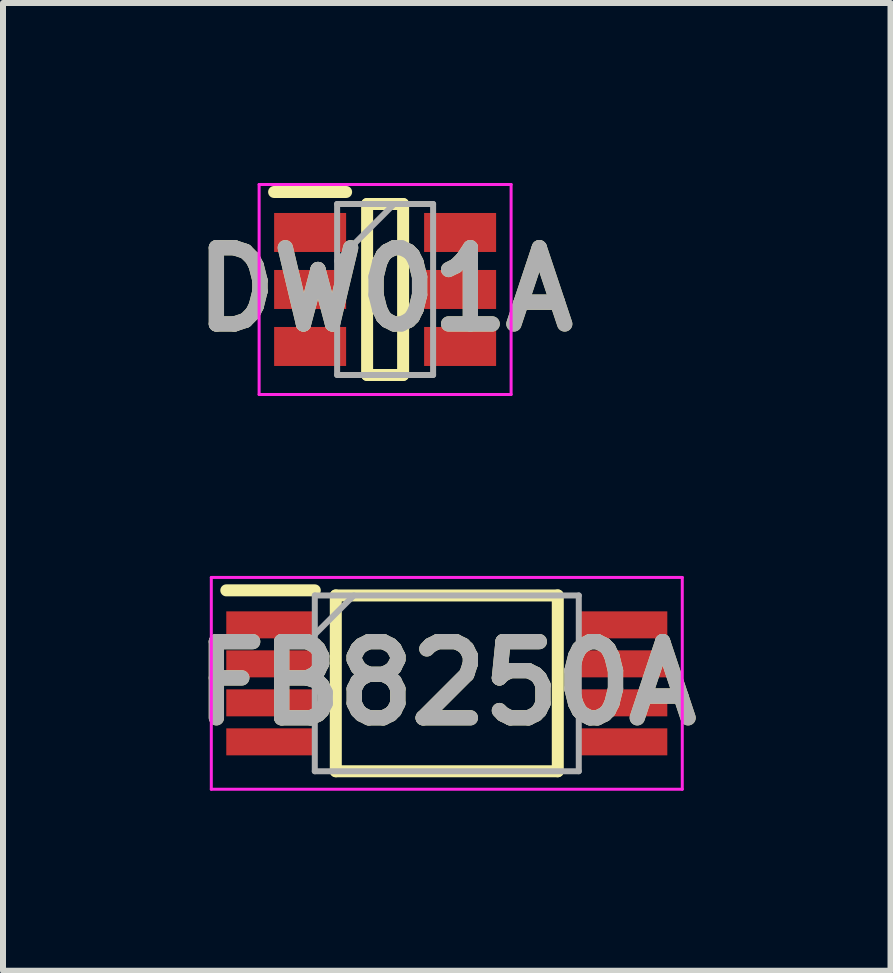
<source format=kicad_pcb>
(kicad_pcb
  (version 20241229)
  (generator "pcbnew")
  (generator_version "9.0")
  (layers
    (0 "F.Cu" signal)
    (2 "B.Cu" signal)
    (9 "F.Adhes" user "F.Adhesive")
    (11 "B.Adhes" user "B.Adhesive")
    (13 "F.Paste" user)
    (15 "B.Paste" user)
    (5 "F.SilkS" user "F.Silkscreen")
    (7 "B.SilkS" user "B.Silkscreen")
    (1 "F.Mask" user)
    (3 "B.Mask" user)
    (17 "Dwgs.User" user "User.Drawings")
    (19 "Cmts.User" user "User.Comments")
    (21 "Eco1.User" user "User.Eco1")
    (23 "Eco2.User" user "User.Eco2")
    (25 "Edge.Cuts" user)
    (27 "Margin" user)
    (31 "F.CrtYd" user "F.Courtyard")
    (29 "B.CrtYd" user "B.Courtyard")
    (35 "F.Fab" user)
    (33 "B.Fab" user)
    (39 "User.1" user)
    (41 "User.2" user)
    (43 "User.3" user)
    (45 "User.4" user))
  (footprint "DW01A"
    (layer "F.Cu")
    (at 3.369 1.775)
    (property "Reference" "DW01A" (at 0 0 0) (layer "F.SilkS") (effects (font (size 1.27 1.27) (thickness 0.254))))
    (attr smd)
    (fp_line (start -1.85 -1.625) (end -0.65 -1.625) (stroke (width 0.2) (type solid)) (layer "F.SilkS"))
    (fp_line (start -0.3 -1.425) (end 0.3 -1.425) (stroke (width 0.2) (type solid)) (layer "F.SilkS"))
    (fp_line (start -0.3 1.425) (end -0.3 -1.425) (stroke (width 0.2) (type solid)) (layer "F.SilkS"))
    (fp_line (start 0.3 -1.425) (end 0.3 1.425) (stroke (width 0.2) (type solid)) (layer "F.SilkS"))
    (fp_line (start 0.3 1.425) (end -0.3 1.425) (stroke (width 0.2) (type solid)) (layer "F.SilkS"))
    (fp_line (start -2.1 -1.75) (end 2.1 -1.75) (stroke (width 0.05) (type solid)) (layer "F.CrtYd"))
    (fp_line (start -2.1 1.75) (end -2.1 -1.75) (stroke (width 0.05) (type solid)) (layer "F.CrtYd"))
    (fp_line (start 2.1 -1.75) (end 2.1 1.75) (stroke (width 0.05) (type solid)) (layer "F.CrtYd"))
    (fp_line (start 2.1 1.75) (end -2.1 1.75) (stroke (width 0.05) (type solid)) (layer "F.CrtYd"))
    (fp_line (start -0.8 -1.425) (end 0.8 -1.425) (stroke (width 0.1) (type solid)) (layer "F.Fab"))
    (fp_line (start -0.8 -0.475) (end 0.15 -1.425) (stroke (width 0.1) (type solid)) (layer "F.Fab"))
    (fp_line (start -0.8 1.425) (end -0.8 -1.425) (stroke (width 0.1) (type solid)) (layer "F.Fab"))
    (fp_line (start 0.8 -1.425) (end 0.8 1.425) (stroke (width 0.1) (type solid)) (layer "F.Fab"))
    (fp_line (start 0.8 1.425) (end -0.8 1.425) (stroke (width 0.1) (type solid)) (layer "F.Fab"))
    (fp_text user "${REFERENCE}" (at 0 0 0) (layer "F.Fab") (effects (font (size 1.27 1.27) (thickness 0.254))))
    (pad "1" smd rect (at -1.25 -0.95 90) (size 0.65 1.2) (layers "F.Cu" "F.Mask" "F.Paste"))
    (pad "2" smd rect (at -1.25 0 90) (size 0.65 1.2) (layers "F.Cu" "F.Mask" "F.Paste"))
    (pad "3" smd rect (at -1.25 0.95 90) (size 0.65 1.2) (layers "F.Cu" "F.Mask" "F.Paste"))
    (pad "4" smd rect (at 1.25 0.95 90) (size 0.65 1.2) (layers "F.Cu" "F.Mask" "F.Paste"))
    (pad "5" smd rect (at 1.25 0 90) (size 0.65 1.2) (layers "F.Cu" "F.Mask" "F.Paste"))
    (pad "6" smd rect (at 1.25 -0.95 90) (size 0.65 1.2) (layers "F.Cu" "F.Mask" "F.Paste")))
  (footprint "FB8250A"
    (layer "F.Cu")
    (at 4.397 8.34)
    (property "Reference" "FB8250A" (at 0 0 0) (layer "F.SilkS") (effects (font (size 1.27 1.27) (thickness 0.254))))
    (attr smd)
    (fp_line (start -3.675 -1.55) (end -2.2 -1.55) (stroke (width 0.2) (type solid)) (layer "F.SilkS"))
    (fp_line (start -1.85 -1.465) (end 1.85 -1.465) (stroke (width 0.2) (type solid)) (layer "F.SilkS"))
    (fp_line (start -1.85 1.465) (end -1.85 -1.465) (stroke (width 0.2) (type solid)) (layer "F.SilkS"))
    (fp_line (start 1.85 -1.465) (end 1.85 1.465) (stroke (width 0.2) (type solid)) (layer "F.SilkS"))
    (fp_line (start 1.85 1.465) (end -1.85 1.465) (stroke (width 0.2) (type solid)) (layer "F.SilkS"))
    (fp_line (start -3.925 -1.765) (end 3.925 -1.765) (stroke (width 0.05) (type solid)) (layer "F.CrtYd"))
    (fp_line (start -3.925 1.765) (end -3.925 -1.765) (stroke (width 0.05) (type solid)) (layer "F.CrtYd"))
    (fp_line (start 3.925 -1.765) (end 3.925 1.765) (stroke (width 0.05) (type solid)) (layer "F.CrtYd"))
    (fp_line (start 3.925 1.765) (end -3.925 1.765) (stroke (width 0.05) (type solid)) (layer "F.CrtYd"))
    (fp_line (start -2.2 -1.465) (end 2.2 -1.465) (stroke (width 0.1) (type solid)) (layer "F.Fab"))
    (fp_line (start -2.2 -0.815) (end -1.55 -1.465) (stroke (width 0.1) (type solid)) (layer "F.Fab"))
    (fp_line (start -2.2 1.465) (end -2.2 -1.465) (stroke (width 0.1) (type solid)) (layer "F.Fab"))
    (fp_line (start 2.2 -1.465) (end 2.2 1.465) (stroke (width 0.1) (type solid)) (layer "F.Fab"))
    (fp_line (start 2.2 1.465) (end -2.2 1.465) (stroke (width 0.1) (type solid)) (layer "F.Fab"))
    (fp_text user "${REFERENCE}" (at 0 0 0) (layer "F.Fab") (effects (font (size 1.27 1.27) (thickness 0.254))))
    (pad "1" smd rect (at -2.938 -0.975 90) (size 0.45 1.475) (layers "F.Cu" "F.Mask" "F.Paste"))
    (pad "2" smd rect (at -2.938 -0.325 90) (size 0.45 1.475) (layers "F.Cu" "F.Mask" "F.Paste"))
    (pad "3" smd rect (at -2.938 0.325 90) (size 0.45 1.475) (layers "F.Cu" "F.Mask" "F.Paste"))
    (pad "4" smd rect (at -2.938 0.975 90) (size 0.45 1.475) (layers "F.Cu" "F.Mask" "F.Paste"))
    (pad "5" smd rect (at 2.938 0.975 90) (size 0.45 1.475) (layers "F.Cu" "F.Mask" "F.Paste"))
    (pad "6" smd rect (at 2.938 0.325 90) (size 0.45 1.475) (layers "F.Cu" "F.Mask" "F.Paste"))
    (pad "7" smd rect (at 2.938 -0.325 90) (size 0.45 1.475) (layers "F.Cu" "F.Mask" "F.Paste"))
    (pad "8" smd rect (at 2.938 -0.975 90) (size 0.45 1.475) (layers "F.Cu" "F.Mask" "F.Paste")))
  (gr_rect
    (start -3 -3)
    (end 11.793 13.13)
    (stroke (width 0.1) (type default))
    (fill no)
    (layer "Edge.Cuts")))
</source>
